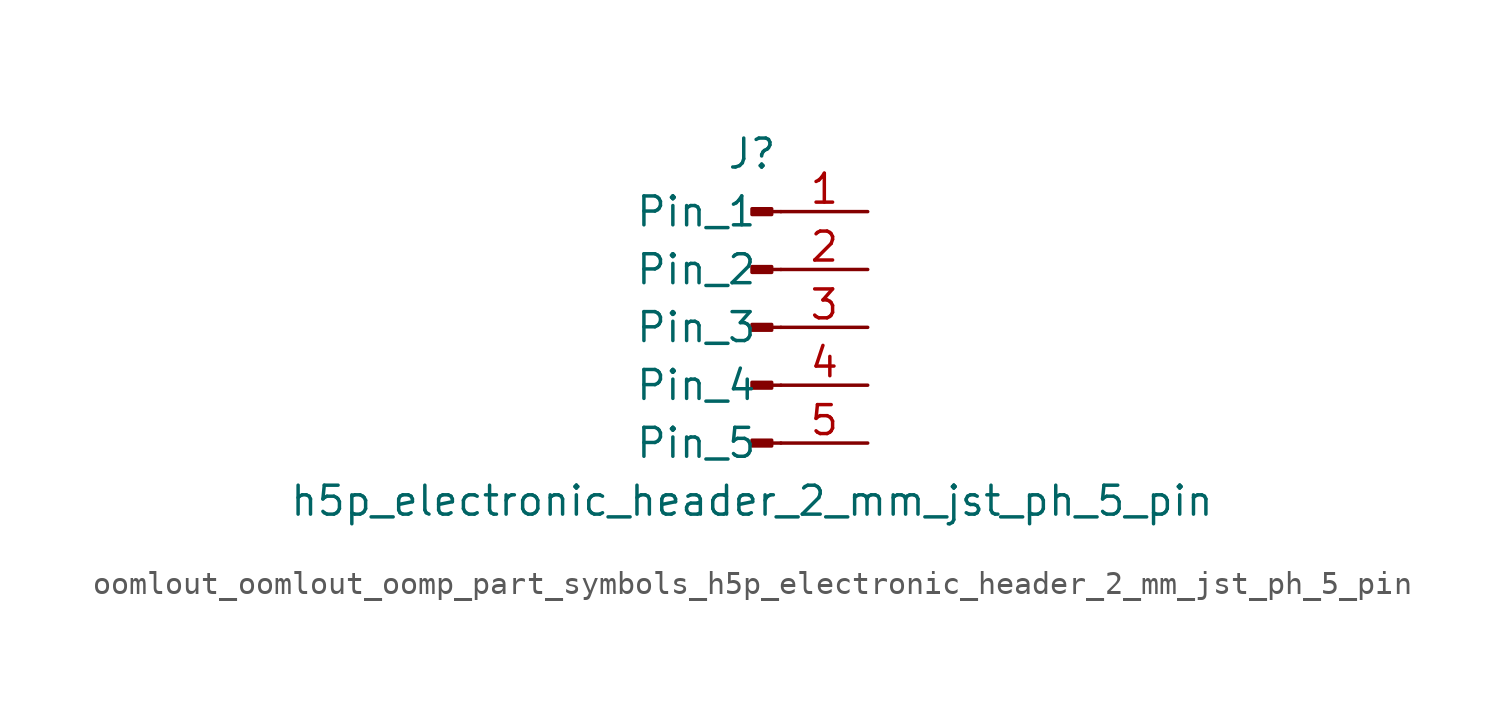
<source format=kicad_sym>
(kicad_symbol_lib
  (version 20220914)
  (generator kicad_symbol_editor)
  (symbol "oomlout_oomlout_oomp_part_symbols_h5p_electronic_header_2_mm_jst_ph_5_pin"
    (pin_names
      (offset 1.016))
    (property "Reference" "J"
      (at 0 7.62 0)
      (effects (font (size 1.27 1.27))))
    (property "Value" "h5p_electronic_header_2_mm_jst_ph_5_pin"
      (at 0 -7.62 0)
      (effects (font (size 1.27 1.27))))
    (property "ki_locked" ""
      (at 0 0 0)
      (effects (font (size 1.27 1.27))))
    (symbol "oomlout_oomlout_oomp_part_symbols_h5p_electronic_header_2_mm_jst_ph_5_pin_1_1"
      (polyline (pts (xy 1.27 -5.08) (xy 0.864 -5.08)) (stroke (width 0.152) (type default)) (fill (type none)))
      (polyline (pts (xy 1.27 -2.54) (xy 0.864 -2.54)) (stroke (width 0.152) (type default)) (fill (type none)))
      (polyline (pts (xy 1.27 0) (xy 0.864 0)) (stroke (width 0.152) (type default)) (fill (type none)))
      (polyline (pts (xy 1.27 2.54) (xy 0.864 2.54)) (stroke (width 0.152) (type default)) (fill (type none)))
      (polyline (pts (xy 1.27 5.08) (xy 0.864 5.08)) (stroke (width 0.152) (type default)) (fill (type none)))
      (rectangle (start 0.864 -4.953) (end 0 -5.207) (stroke (width 0.152) (type default)) (fill (type outline)))
      (rectangle (start 0.864 -2.413) (end 0 -2.667) (stroke (width 0.152) (type default)) (fill (type outline)))
      (rectangle (start 0.864 0.127) (end 0 -0.127) (stroke (width 0.152) (type default)) (fill (type outline)))
      (rectangle (start 0.864 2.667) (end 0 2.413) (stroke (width 0.152) (type default)) (fill (type outline)))
      (rectangle (start 0.864 5.207) (end 0 4.953) (stroke (width 0.152) (type default)) (fill (type outline)))
      (pin passive line (at 5.08 5.08 180) (length 3.81) (name "Pin_1" (effects (font (size 1.27 1.27)))) (number "1" (effects (font (size 1.27 1.27)))))
      (pin passive line (at 5.08 2.54 180) (length 3.81) (name "Pin_2" (effects (font (size 1.27 1.27)))) (number "2" (effects (font (size 1.27 1.27)))))
      (pin passive line (at 5.08 0 180) (length 3.81) (name "Pin_3" (effects (font (size 1.27 1.27)))) (number "3" (effects (font (size 1.27 1.27)))))
      (pin passive line (at 5.08 -2.54 180) (length 3.81) (name "Pin_4" (effects (font (size 1.27 1.27)))) (number "4" (effects (font (size 1.27 1.27)))))
      (pin passive line (at 5.08 -5.08 180) (length 3.81) (name "Pin_5" (effects (font (size 1.27 1.27)))) (number "5" (effects (font (size 1.27 1.27))))))))
</source>
